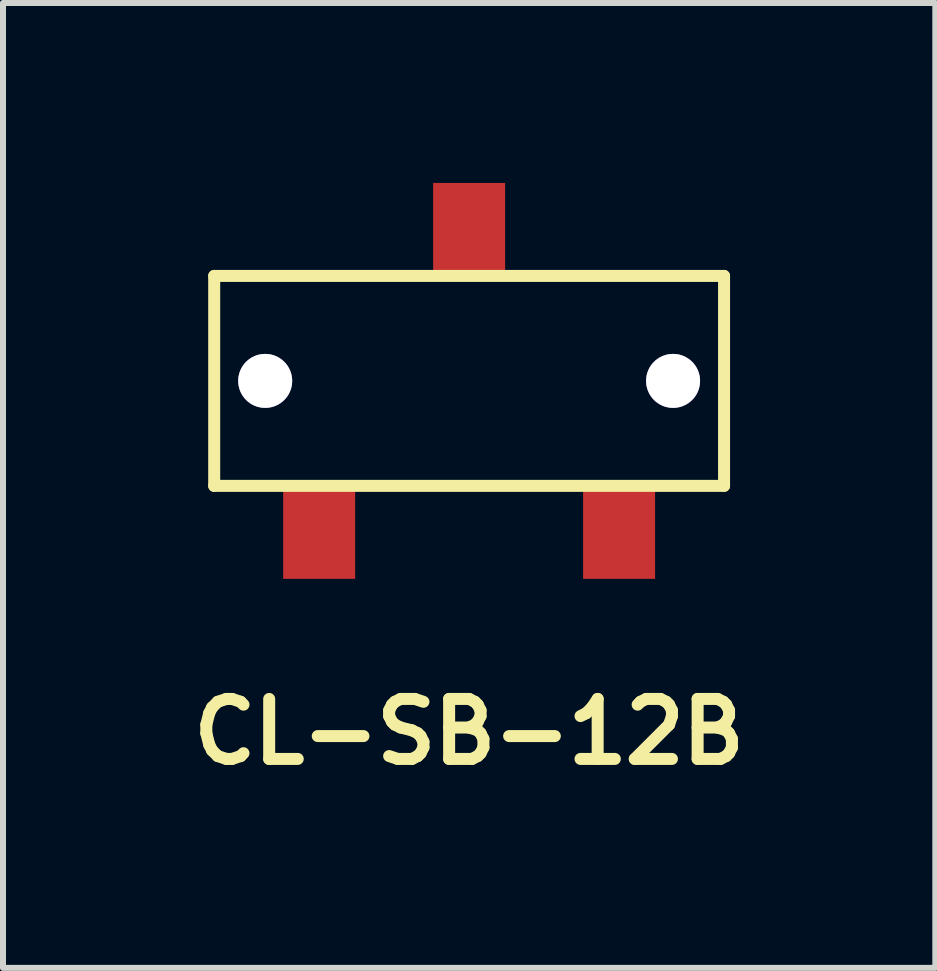
<source format=kicad_pcb>
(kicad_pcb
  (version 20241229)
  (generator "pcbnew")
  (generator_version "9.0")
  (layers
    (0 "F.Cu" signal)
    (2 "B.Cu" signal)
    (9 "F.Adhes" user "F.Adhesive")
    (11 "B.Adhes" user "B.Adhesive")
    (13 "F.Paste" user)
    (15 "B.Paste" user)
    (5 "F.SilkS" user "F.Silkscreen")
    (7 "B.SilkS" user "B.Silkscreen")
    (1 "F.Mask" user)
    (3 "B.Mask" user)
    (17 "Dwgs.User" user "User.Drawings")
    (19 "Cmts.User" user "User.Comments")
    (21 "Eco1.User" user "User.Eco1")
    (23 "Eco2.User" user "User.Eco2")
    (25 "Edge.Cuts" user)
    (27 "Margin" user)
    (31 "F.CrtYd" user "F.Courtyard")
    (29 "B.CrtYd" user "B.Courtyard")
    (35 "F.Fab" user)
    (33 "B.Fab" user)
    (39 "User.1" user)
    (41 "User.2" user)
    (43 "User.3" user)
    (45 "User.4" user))
  (footprint "CL-SB-12B"
    (layer "F.Cu")
    (at 4.771 3.3)
    (property "Reference" "CL-SB-12B" (at 0 5.85 0) (layer "F.SilkS") (effects (font (size 1 1) (thickness 0.2))))
    (attr through_hole)
    (fp_line (start -4.25 -1.75) (end 4.25 -1.75) (stroke (width 0.2) (type solid)) (layer "F.SilkS"))
    (fp_line (start -4.25 1.75) (end -4.25 -1.75) (stroke (width 0.2) (type solid)) (layer "F.SilkS"))
    (fp_line (start 4.25 -1.75) (end 4.25 1.75) (stroke (width 0.2) (type solid)) (layer "F.SilkS"))
    (fp_line (start 4.25 1.75) (end -4.25 1.75) (stroke (width 0.2) (type solid)) (layer "F.SilkS"))
    (pad "" thru_hole circle (at -3.4 0) (size 0.9 0.9) (drill 0.9) (layers "*.Cu" "*.Mask"))
    (pad "" thru_hole circle (at 3.4 0) (size 0.9 0.9) (drill 0.9) (layers "*.Cu" "*.Mask"))
    (pad "1" smd rect (at -2.5 2.5) (size 1.2 1.6) (layers "F.Cu" "F.Mask" "F.Paste"))
    (pad "2" smd rect (at 0 -2.5) (size 1.2 1.6) (layers "F.Cu" "F.Mask" "F.Paste"))
    (pad "3" smd rect (at 2.5 2.5) (size 1.2 1.6) (layers "F.Cu" "F.Mask" "F.Paste")))
  (gr_rect
    (start -3 -3)
    (end 12.543 13.086)
    (stroke (width 0.1) (type default))
    (fill no)
    (layer "Edge.Cuts")))
</source>
